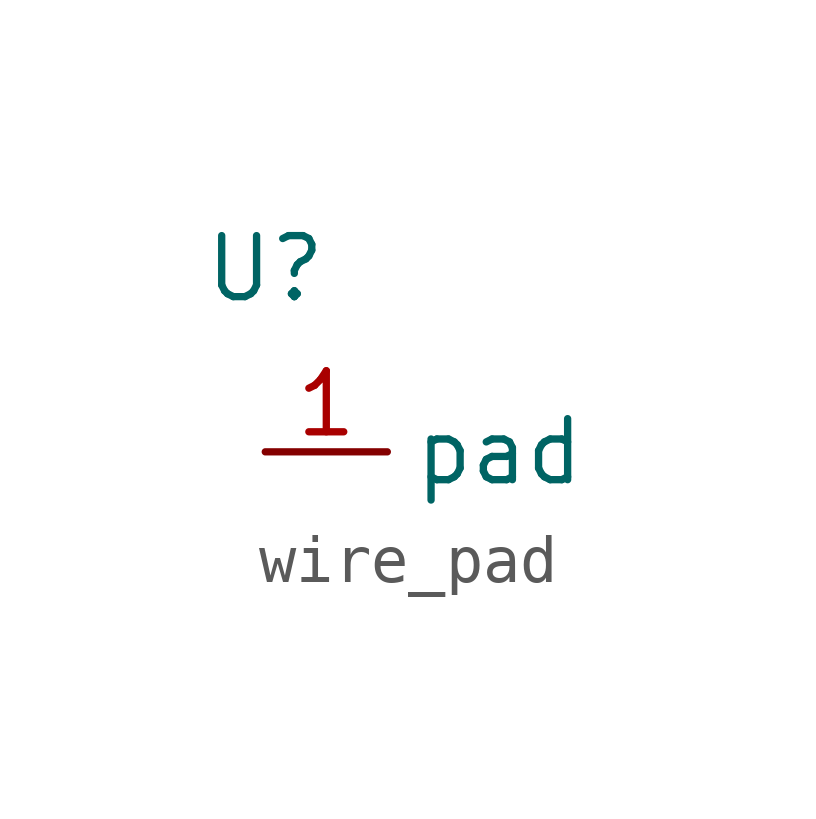
<source format=kicad_sym>
(kicad_symbol_lib
  (version 20220914)
  (generator kicad_symbol_editor)
  (symbol "wire_pad"
    (property "Reference" "U"
      (at 0 3.81 0)
      (do_not_autoplace)
      (effects (font (size 1.27 1.27))))
    (property "Value" ""
      (at 0 0 0)
      (effects (font (size 1.27 1.27))))
    (symbol "wire_pad_1_1"
      (pin input line (at 0 0 0) (length 2.54) (name "pad" (effects (font (size 1.27 1.27)))) (number "1" (effects (font (size 1.27 1.27))))))))
</source>
